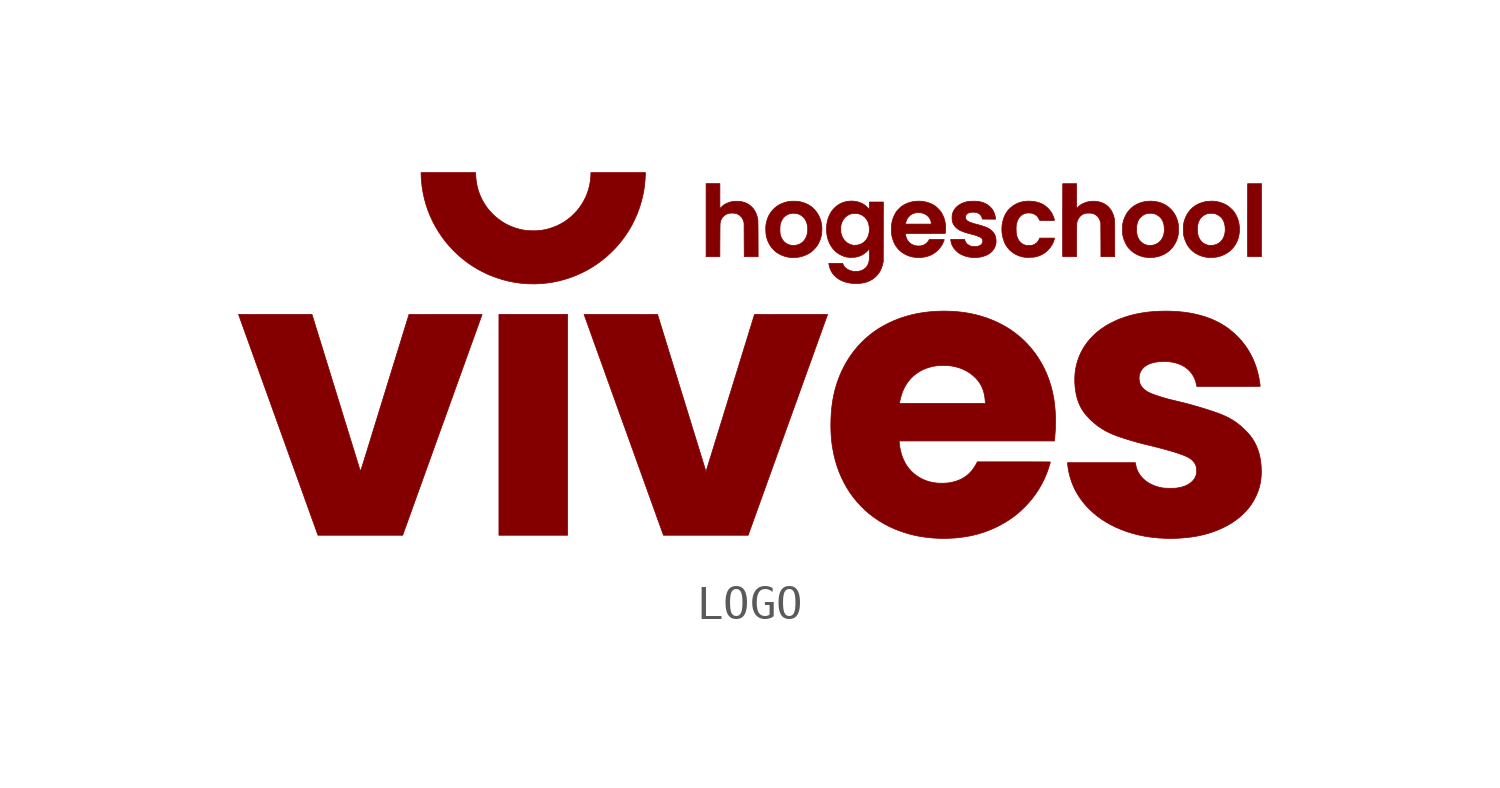
<source format=kicad_sym>
(kicad_symbol_lib
  (version 20210619)
  (generator bitmap2component)
  (symbol "LOGO"
    (pin_names
      (offset 1.016))
    (property "Reference" "#G"
      (at 0 4.728 0)
      (effects (font (size 1.27 1.27)) hide))
    (symbol "LOGO_0_0"
      (polyline (pts (xy 5.738 -5.365) (xy 5.833 -5.363) (xy 5.928 -5.358) (xy 6.019 -5.353) (xy 6.103 -5.345) (xy 6.169 -5.338) (xy 6.353 -5.312) (xy 6.532 -5.276) (xy 6.707 -5.231) (xy 6.878 -5.178) (xy 7.045 -5.115) (xy 7.207 -5.043) (xy 7.366 -4.963) (xy 7.521 -4.873) (xy 7.671 -4.774) (xy 7.681 -4.767) (xy 7.78 -4.693) (xy 7.877 -4.614) (xy 7.974 -4.526) (xy 8.072 -4.43) (xy 8.166 -4.331) (xy 8.275 -4.201) (xy 8.376 -4.067) (xy 8.468 -3.928) (xy 8.552 -3.784) (xy 8.628 -3.634) (xy 8.695 -3.478) (xy 8.706 -3.451) (xy 8.719 -3.415) (xy 8.733 -3.377) (xy 8.746 -3.338) (xy 8.76 -3.299) (xy 8.772 -3.261) (xy 8.783 -3.225) (xy 8.793 -3.193) (xy 8.801 -3.166) (xy 8.806 -3.144) (xy 8.809 -3.129) (xy 8.809 -3.123) (xy 8.803 -3.123) (xy 8.789 -3.123) (xy 8.765 -3.122) (xy 8.732 -3.122) (xy 8.692 -3.122) (xy 8.644 -3.122) (xy 8.588 -3.121) (xy 8.526 -3.121) (xy 8.458 -3.121) (xy 8.383 -3.121) (xy 8.303 -3.121) (xy 8.219 -3.12) (xy 8.13 -3.12) (xy 8.037 -3.12) (xy 7.94 -3.12) (xy 7.84 -3.12) (xy 6.669 -3.12) (xy 6.644 -3.169) (xy 6.623 -3.208) (xy 6.595 -3.254) (xy 6.564 -3.301) (xy 6.533 -3.344) (xy 6.504 -3.382) (xy 6.46 -3.43) (xy 6.391 -3.497) (xy 6.315 -3.556) (xy 6.233 -3.607) (xy 6.145 -3.65) (xy 6.051 -3.685) (xy 5.951 -3.713) (xy 5.844 -3.734) (xy 5.831 -3.736) (xy 5.786 -3.741) (xy 5.734 -3.744) (xy 5.678 -3.747) (xy 5.622 -3.747) (xy 5.567 -3.747) (xy 5.516 -3.745) (xy 5.472 -3.741) (xy 5.387 -3.73) (xy 5.278 -3.707) (xy 5.173 -3.675) (xy 5.074 -3.634) (xy 4.979 -3.585) (xy 4.889 -3.527) (xy 4.804 -3.461) (xy 4.725 -3.386) (xy 4.681 -3.338) (xy 4.618 -3.258) (xy 4.562 -3.171) (xy 4.514 -3.078) (xy 4.472 -2.978) (xy 4.437 -2.871) (xy 4.409 -2.757) (xy 4.408 -2.754) (xy 4.403 -2.727) (xy 4.398 -2.696) (xy 4.392 -2.662) (xy 4.387 -2.627) (xy 4.383 -2.594) (xy 4.379 -2.564) (xy 4.377 -2.54) (xy 4.376 -2.524) (xy 4.376 -2.507) (xy 8.93 -2.507) (xy 8.936 -2.449) (xy 8.941 -2.404) (xy 8.956 -2.198) (xy 8.963 -1.997) (xy 8.962 -1.801) (xy 8.952 -1.611) (xy 8.935 -1.426) (xy 8.909 -1.246) (xy 8.874 -1.072) (xy 8.831 -0.903) (xy 8.78 -0.74) (xy 8.754 -0.665) (xy 8.689 -0.504) (xy 8.616 -0.349) (xy 8.535 -0.2) (xy 8.446 -0.056) (xy 8.35 0.082) (xy 8.246 0.213) (xy 8.135 0.339) (xy 8.017 0.457) (xy 7.891 0.568) (xy 7.76 0.672) (xy 7.621 0.769) (xy 7.618 0.771) (xy 7.518 0.833) (xy 7.411 0.893) (xy 7.299 0.951) (xy 7.184 1.005) (xy 7.07 1.053) (xy 6.958 1.096) (xy 6.933 1.104) (xy 6.766 1.157) (xy 6.597 1.202) (xy 6.425 1.238) (xy 6.249 1.266) (xy 6.069 1.285) (xy 5.883 1.297) (xy 5.693 1.301) (xy 5.673 1.301) (xy 5.475 1.296) (xy 5.282 1.282) (xy 5.094 1.26) (xy 4.912 1.23) (xy 4.733 1.191) (xy 4.56 1.143) (xy 4.391 1.087) (xy 4.226 1.022) (xy 4.065 0.949) (xy 3.908 0.866) (xy 3.782 0.792) (xy 3.643 0.699) (xy 3.511 0.598) (xy 3.384 0.49) (xy 3.264 0.374) (xy 3.151 0.252) (xy 3.045 0.123) (xy 2.946 -0.013) (xy 2.854 -0.154) (xy 2.77 -0.302) (xy 2.693 -0.456) (xy 2.624 -0.615) (xy 2.564 -0.779) (xy 2.541 -0.85) (xy 2.495 -1.007) (xy 2.457 -1.167) (xy 2.426 -1.329) (xy 2.416 -1.405) (xy 4.385 -1.405) (xy 4.388 -1.392) (xy 4.39 -1.382) (xy 4.393 -1.365) (xy 4.396 -1.346) (xy 4.396 -1.344) (xy 4.4 -1.326) (xy 4.405 -1.302) (xy 4.412 -1.274) (xy 4.419 -1.246) (xy 4.442 -1.162) (xy 4.48 -1.054) (xy 4.526 -0.952) (xy 4.579 -0.857) (xy 4.639 -0.769) (xy 4.706 -0.688) (xy 4.781 -0.613) (xy 4.862 -0.546) (xy 4.904 -0.516) (xy 4.987 -0.462) (xy 5.074 -0.417) (xy 5.164 -0.379) (xy 5.26 -0.347) (xy 5.361 -0.322) (xy 5.47 -0.303) (xy 5.494 -0.3) (xy 5.526 -0.299) (xy 5.565 -0.297) (xy 5.608 -0.296) (xy 5.654 -0.296) (xy 5.701 -0.296) (xy 5.748 -0.297) (xy 5.791 -0.299) (xy 5.831 -0.3) (xy 5.864 -0.303) (xy 5.889 -0.306) (xy 5.942 -0.314) (xy 6.055 -0.339) (xy 6.161 -0.371) (xy 6.261 -0.411) (xy 6.355 -0.458) (xy 6.444 -0.513) (xy 6.527 -0.576) (xy 6.606 -0.647) (xy 6.609 -0.649) (xy 6.673 -0.719) (xy 6.729 -0.793) (xy 6.777 -0.872) (xy 6.817 -0.955) (xy 6.849 -1.044) (xy 6.874 -1.139) (xy 6.891 -1.24) (xy 6.901 -1.347) (xy 6.905 -1.405) (xy 4.385 -1.405) (xy 2.416 -1.405) (xy 2.403 -1.496) (xy 2.386 -1.669) (xy 2.376 -1.847) (xy 2.373 -2.031) (xy 2.374 -2.16) (xy 2.379 -2.289) (xy 2.387 -2.413) (xy 2.399 -2.535) (xy 2.415 -2.656) (xy 2.429 -2.74) (xy 2.464 -2.919) (xy 2.507 -3.093) (xy 2.559 -3.263) (xy 2.619 -3.427) (xy 2.687 -3.586) (xy 2.763 -3.739) (xy 2.846 -3.887) (xy 2.937 -4.029) (xy 3.036 -4.165) (xy 3.142 -4.295) (xy 3.255 -4.418) (xy 3.374 -4.535) (xy 3.501 -4.645) (xy 3.635 -4.747) (xy 3.775 -4.843) (xy 3.922 -4.931) (xy 4.075 -5.012) (xy 4.142 -5.044) (xy 4.301 -5.113) (xy 4.464 -5.173) (xy 4.63 -5.225) (xy 4.8 -5.269) (xy 4.975 -5.305) (xy 5.155 -5.332) (xy 5.34 -5.352) (xy 5.53 -5.363) (xy 5.559 -5.364) (xy 5.646 -5.365) (xy 5.738 -5.365)) (stroke (width 0.01)) (fill (type outline)))
      (polyline (pts (xy 12.356 -5.367) (xy 12.383 -5.366) (xy 12.414 -5.366) (xy 12.45 -5.364) (xy 12.492 -5.363) (xy 12.619 -5.357) (xy 12.797 -5.343) (xy 12.968 -5.322) (xy 13.132 -5.294) (xy 13.29 -5.26) (xy 13.441 -5.22) (xy 13.587 -5.172) (xy 13.608 -5.165) (xy 13.754 -5.107) (xy 13.893 -5.044) (xy 14.025 -4.975) (xy 14.149 -4.9) (xy 14.265 -4.82) (xy 14.373 -4.734) (xy 14.473 -4.644) (xy 14.564 -4.548) (xy 14.622 -4.48) (xy 14.694 -4.385) (xy 14.758 -4.285) (xy 14.816 -4.179) (xy 14.849 -4.112) (xy 14.896 -4) (xy 14.934 -3.886) (xy 14.963 -3.77) (xy 14.984 -3.651) (xy 14.996 -3.527) (xy 14.999 -3.399) (xy 14.995 -3.262) (xy 14.983 -3.128) (xy 14.962 -3) (xy 14.934 -2.877) (xy 14.897 -2.76) (xy 14.852 -2.648) (xy 14.799 -2.542) (xy 14.738 -2.442) (xy 14.669 -2.348) (xy 14.658 -2.334) (xy 14.634 -2.308) (xy 14.605 -2.276) (xy 14.573 -2.242) (xy 14.538 -2.206) (xy 14.502 -2.171) (xy 14.466 -2.136) (xy 14.433 -2.104) (xy 14.403 -2.077) (xy 14.378 -2.056) (xy 14.329 -2.017) (xy 14.244 -1.953) (xy 14.157 -1.896) (xy 14.066 -1.843) (xy 13.97 -1.794) (xy 13.867 -1.748) (xy 13.757 -1.704) (xy 13.675 -1.675) (xy 13.573 -1.639) (xy 13.464 -1.603) (xy 13.35 -1.567) (xy 13.231 -1.53) (xy 13.111 -1.495) (xy 12.989 -1.46) (xy 12.868 -1.427) (xy 12.749 -1.395) (xy 12.633 -1.367) (xy 12.523 -1.341) (xy 12.5 -1.335) (xy 12.399 -1.311) (xy 12.299 -1.286) (xy 12.203 -1.26) (xy 12.111 -1.233) (xy 12.023 -1.206) (xy 11.941 -1.179) (xy 11.866 -1.153) (xy 11.797 -1.127) (xy 11.737 -1.102) (xy 11.686 -1.078) (xy 11.656 -1.062) (xy 11.597 -1.023) (xy 11.545 -0.979) (xy 11.501 -0.931) (xy 11.466 -0.878) (xy 11.439 -0.821) (xy 11.422 -0.761) (xy 11.418 -0.731) (xy 11.415 -0.695) (xy 11.414 -0.657) (xy 11.416 -0.621) (xy 11.419 -0.59) (xy 11.427 -0.556) (xy 11.447 -0.495) (xy 11.477 -0.439) (xy 11.514 -0.388) (xy 11.56 -0.342) (xy 11.614 -0.301) (xy 11.675 -0.266) (xy 11.743 -0.236) (xy 11.819 -0.213) (xy 11.902 -0.195) (xy 11.983 -0.184) (xy 12.079 -0.177) (xy 12.176 -0.176) (xy 12.273 -0.182) (xy 12.367 -0.193) (xy 12.456 -0.21) (xy 12.539 -0.234) (xy 12.614 -0.262) (xy 12.697 -0.302) (xy 12.772 -0.349) (xy 12.841 -0.403) (xy 12.903 -0.463) (xy 12.958 -0.53) (xy 13.004 -0.602) (xy 13.043 -0.68) (xy 13.073 -0.763) (xy 13.095 -0.851) (xy 13.106 -0.907) (xy 14.208 -0.907) (xy 14.298 -0.907) (xy 14.384 -0.907) (xy 14.467 -0.907) (xy 14.544 -0.907) (xy 14.617 -0.906) (xy 14.684 -0.906) (xy 14.746 -0.906) (xy 14.8 -0.906) (xy 14.848 -0.906) (xy 14.888 -0.906) (xy 14.92 -0.905) (xy 14.944 -0.905) (xy 14.959 -0.905) (xy 14.964 -0.905) (xy 14.964 -0.903) (xy 14.964 -0.895) (xy 14.962 -0.878) (xy 14.96 -0.857) (xy 14.957 -0.831) (xy 14.956 -0.82) (xy 14.93 -0.66) (xy 14.895 -0.506) (xy 14.852 -0.357) (xy 14.801 -0.213) (xy 14.741 -0.074) (xy 14.673 0.059) (xy 14.597 0.187) (xy 14.512 0.309) (xy 14.42 0.426) (xy 14.319 0.537) (xy 14.21 0.642) (xy 14.093 0.741) (xy 14.065 0.764) (xy 13.945 0.85) (xy 13.819 0.928) (xy 13.686 0.999) (xy 13.547 1.062) (xy 13.401 1.118) (xy 13.248 1.166) (xy 13.089 1.207) (xy 12.924 1.241) (xy 12.752 1.267) (xy 12.573 1.286) (xy 12.388 1.297) (xy 12.197 1.301) (xy 12.009 1.297) (xy 11.825 1.287) (xy 11.646 1.269) (xy 11.474 1.244) (xy 11.307 1.211) (xy 11.146 1.171) (xy 10.99 1.123) (xy 10.838 1.068) (xy 10.836 1.067) (xy 10.803 1.054) (xy 10.763 1.036) (xy 10.719 1.015) (xy 10.672 0.993) (xy 10.625 0.97) (xy 10.58 0.947) (xy 10.538 0.925) (xy 10.501 0.905) (xy 10.471 0.888) (xy 10.417 0.855) (xy 10.298 0.774) (xy 10.187 0.688) (xy 10.084 0.596) (xy 9.99 0.499) (xy 9.904 0.397) (xy 9.826 0.29) (xy 9.757 0.178) (xy 9.696 0.062) (xy 9.645 -0.059) (xy 9.602 -0.184) (xy 9.568 -0.314) (xy 9.567 -0.32) (xy 9.546 -0.432) (xy 9.533 -0.548) (xy 9.527 -0.667) (xy 9.527 -0.787) (xy 9.535 -0.907) (xy 9.549 -1.026) (xy 9.569 -1.141) (xy 9.597 -1.251) (xy 9.63 -1.355) (xy 9.647 -1.399) (xy 9.682 -1.479) (xy 9.722 -1.554) (xy 9.767 -1.627) (xy 9.819 -1.698) (xy 9.878 -1.77) (xy 9.946 -1.843) (xy 9.978 -1.876) (xy 10.083 -1.972) (xy 10.194 -2.061) (xy 10.311 -2.142) (xy 10.434 -2.214) (xy 10.562 -2.279) (xy 10.695 -2.334) (xy 10.771 -2.363) (xy 10.883 -2.402) (xy 11.002 -2.441) (xy 11.128 -2.48) (xy 11.261 -2.519) (xy 11.397 -2.557) (xy 11.538 -2.594) (xy 11.681 -2.629) (xy 11.767 -2.65) (xy 11.908 -2.685) (xy 12.039 -2.719) (xy 12.16 -2.751) (xy 12.273 -2.782) (xy 12.376 -2.812) (xy 12.47 -2.841) (xy 12.556 -2.869) (xy 12.634 -2.896) (xy 12.703 -2.921) (xy 12.764 -2.946) (xy 12.817 -2.971) (xy 12.863 -2.994) (xy 12.901 -3.017) (xy 12.905 -3.02) (xy 12.959 -3.06) (xy 13.004 -3.104) (xy 13.04 -3.152) (xy 13.069 -3.204) (xy 13.09 -3.262) (xy 13.092 -3.269) (xy 13.096 -3.286) (xy 13.098 -3.303) (xy 13.1 -3.323) (xy 13.101 -3.347) (xy 13.101 -3.379) (xy 13.101 -3.389) (xy 13.101 -3.419) (xy 13.1 -3.442) (xy 13.098 -3.461) (xy 13.095 -3.478) (xy 13.09 -3.495) (xy 13.075 -3.541) (xy 13.051 -3.591) (xy 13.021 -3.638) (xy 12.982 -3.683) (xy 12.966 -3.699) (xy 12.912 -3.745) (xy 12.852 -3.784) (xy 12.785 -3.818) (xy 12.71 -3.846) (xy 12.627 -3.869) (xy 12.536 -3.886) (xy 12.53 -3.887) (xy 12.499 -3.89) (xy 12.46 -3.893) (xy 12.416 -3.895) (xy 12.367 -3.896) (xy 12.318 -3.896) (xy 12.268 -3.895) (xy 12.22 -3.894) (xy 12.177 -3.892) (xy 12.139 -3.889) (xy 12.109 -3.886) (xy 12.047 -3.875) (xy 11.952 -3.851) (xy 11.861 -3.82) (xy 11.776 -3.783) (xy 11.696 -3.74) (xy 11.623 -3.691) (xy 11.556 -3.636) (xy 11.496 -3.576) (xy 11.444 -3.512) (xy 11.399 -3.443) (xy 11.363 -3.371) (xy 11.335 -3.294) (xy 11.317 -3.215) (xy 11.315 -3.204) (xy 11.311 -3.183) (xy 11.308 -3.166) (xy 11.306 -3.156) (xy 11.304 -3.145) (xy 9.316 -3.145) (xy 9.316 -3.159) (xy 9.316 -3.17) (xy 9.318 -3.189) (xy 9.32 -3.212) (xy 9.323 -3.237) (xy 9.327 -3.27) (xy 9.351 -3.41) (xy 9.384 -3.548) (xy 9.426 -3.684) (xy 9.478 -3.817) (xy 9.538 -3.946) (xy 9.607 -4.07) (xy 9.61 -4.075) (xy 9.687 -4.193) (xy 9.773 -4.307) (xy 9.867 -4.418) (xy 9.97 -4.523) (xy 10.079 -4.624) (xy 10.195 -4.718) (xy 10.317 -4.807) (xy 10.445 -4.888) (xy 10.568 -4.958) (xy 10.726 -5.037) (xy 10.888 -5.107) (xy 11.056 -5.169) (xy 11.229 -5.222) (xy 11.407 -5.267) (xy 11.59 -5.304) (xy 11.778 -5.332) (xy 11.971 -5.352) (xy 12.169 -5.363) (xy 12.198 -5.364) (xy 12.239 -5.365) (xy 12.273 -5.366) (xy 12.303 -5.367) (xy 12.33 -5.367) (xy 12.356 -5.367)) (stroke (width 0.01)) (fill (type outline)))
      (polyline (pts (xy -10.185 -5.273) (xy -9.022 -2.038) (xy -8.989 -1.949) (xy -8.927 -1.776) (xy -8.866 -1.606) (xy -8.806 -1.438) (xy -8.746 -1.273) (xy -8.688 -1.112) (xy -8.632 -0.954) (xy -8.576 -0.799) (xy -8.522 -0.648) (xy -8.469 -0.502) (xy -8.418 -0.36) (xy -8.368 -0.222) (xy -8.321 -0.089) (xy -8.275 0.038) (xy -8.231 0.161) (xy -8.189 0.278) (xy -8.149 0.389) (xy -8.111 0.494) (xy -8.075 0.593) (xy -8.042 0.685) (xy -8.011 0.77) (xy -7.983 0.849) (xy -7.957 0.92) (xy -7.934 0.984) (xy -7.914 1.04) (xy -7.897 1.088) (xy -7.883 1.128) (xy -7.871 1.16) (xy -7.863 1.183) (xy -7.858 1.197) (xy -7.856 1.202) (xy -7.857 1.202) (xy -7.866 1.202) (xy -7.885 1.203) (xy -7.913 1.203) (xy -7.949 1.204) (xy -7.994 1.204) (xy -8.047 1.204) (xy -8.107 1.204) (xy -8.174 1.205) (xy -8.248 1.205) (xy -8.329 1.205) (xy -8.416 1.205) (xy -8.508 1.205) (xy -8.709 1.205) (xy -8.816 1.205) (xy -8.927 1.205) (xy -10 1.204) (xy -10.525 -0.498) (xy -10.528 -0.509) (xy -10.57 -0.643) (xy -10.611 -0.778) (xy -10.653 -0.913) (xy -10.694 -1.048) (xy -10.736 -1.182) (xy -10.777 -1.315) (xy -10.817 -1.446) (xy -10.857 -1.574) (xy -10.895 -1.7) (xy -10.933 -1.823) (xy -10.97 -1.941) (xy -11.005 -2.056) (xy -11.039 -2.165) (xy -11.071 -2.269) (xy -11.101 -2.367) (xy -11.129 -2.459) (xy -11.155 -2.544) (xy -11.179 -2.621) (xy -11.201 -2.69) (xy -11.219 -2.751) (xy -11.235 -2.803) (xy -11.236 -2.806) (xy -11.266 -2.901) (xy -11.292 -2.987) (xy -11.316 -3.064) (xy -11.337 -3.132) (xy -11.356 -3.192) (xy -11.372 -3.243) (xy -11.386 -3.287) (xy -11.398 -3.323) (xy -11.408 -3.351) (xy -11.415 -3.372) (xy -11.42 -3.387) (xy -11.424 -3.395) (xy -11.425 -3.396) (xy -11.426 -3.395) (xy -11.429 -3.385) (xy -11.435 -3.366) (xy -11.443 -3.338) (xy -11.455 -3.302) (xy -11.468 -3.257) (xy -11.485 -3.205) (xy -11.503 -3.145) (xy -11.524 -3.078) (xy -11.547 -3.003) (xy -11.572 -2.922) (xy -11.599 -2.834) (xy -11.628 -2.74) (xy -11.659 -2.641) (xy -11.691 -2.535) (xy -11.726 -2.425) (xy -11.761 -2.309) (xy -11.798 -2.189) (xy -11.837 -2.064) (xy -11.877 -1.936) (xy -11.918 -1.803) (xy -11.96 -1.667) (xy -12.002 -1.527) (xy -12.046 -1.385) (xy -12.091 -1.24) (xy -12.136 -1.092) (xy -12.159 -1.019) (xy -12.204 -0.873) (xy -12.249 -0.729) (xy -12.292 -0.588) (xy -12.334 -0.45) (xy -12.376 -0.316) (xy -12.416 -0.185) (xy -12.455 -0.059) (xy -12.493 0.063) (xy -12.529 0.181) (xy -12.564 0.294) (xy -12.597 0.402) (xy -12.629 0.504) (xy -12.659 0.6) (xy -12.687 0.691) (xy -12.713 0.775) (xy -12.737 0.852) (xy -12.758 0.923) (xy -12.778 0.986) (xy -12.795 1.042) (xy -12.81 1.09) (xy -12.823 1.131) (xy -12.832 1.162) (xy -12.84 1.185) (xy -12.844 1.199) (xy -12.846 1.204) (xy -12.852 1.204) (xy -12.867 1.204) (xy -12.891 1.205) (xy -12.924 1.205) (xy -12.965 1.205) (xy -13.014 1.205) (xy -13.069 1.205) (xy -13.132 1.205) (xy -13.201 1.205) (xy -13.624 1.205) (xy -13.721 1.205) (xy -13.821 1.205) (xy -13.924 1.205) (xy -15 1.204) (xy -13.835 -2.034) (xy -13.803 -2.125) (xy -13.74 -2.298) (xy -13.679 -2.468) (xy -13.619 -2.636) (xy -13.56 -2.8) (xy -13.502 -2.962) (xy -13.445 -3.12) (xy -13.389 -3.275) (xy -13.335 -3.425) (xy -13.282 -3.571) (xy -13.231 -3.714) (xy -13.181 -3.851) (xy -13.134 -3.984) (xy -13.088 -4.111) (xy -13.044 -4.234) (xy -13.002 -4.35) (xy -12.962 -4.461) (xy -12.924 -4.566) (xy -12.889 -4.665) (xy -12.856 -4.757) (xy -12.825 -4.842) (xy -12.797 -4.921) (xy -12.771 -4.992) (xy -12.748 -5.056) (xy -12.728 -5.112) (xy -12.711 -5.16) (xy -12.697 -5.199) (xy -12.685 -5.231) (xy -12.677 -5.253) (xy -12.672 -5.267) (xy -12.67 -5.272) (xy -12.67 -5.272) (xy -12.662 -5.272) (xy -12.644 -5.272) (xy -12.617 -5.272) (xy -12.582 -5.273) (xy -12.539 -5.273) (xy -12.488 -5.273) (xy -12.429 -5.273) (xy -12.364 -5.273) (xy -12.293 -5.273) (xy -12.215 -5.273) (xy -12.132 -5.273) (xy -12.043 -5.273) (xy -11.95 -5.273) (xy -11.852 -5.273) (xy -11.751 -5.273) (xy -11.428 -5.273) (xy -10.185 -5.273)) (stroke (width 0.01)) (fill (type outline)))
      (polyline (pts (xy -5.348 1.206) (xy -7.362 1.206) (xy -7.362 -5.273) (xy -5.348 -5.273) (xy -5.348 1.206)) (stroke (width 0.01)) (fill (type outline)))
      (polyline (pts (xy 1.111 -2.04) (xy 1.143 -1.952) (xy 1.205 -1.78) (xy 1.266 -1.609) (xy 1.326 -1.442) (xy 1.386 -1.277) (xy 1.444 -1.115) (xy 1.501 -0.957) (xy 1.556 -0.803) (xy 1.61 -0.652) (xy 1.663 -0.505) (xy 1.714 -0.363) (xy 1.764 -0.225) (xy 1.812 -0.093) (xy 1.858 0.035) (xy 1.902 0.158) (xy 1.944 0.275) (xy 1.984 0.386) (xy 2.022 0.491) (xy 2.057 0.59) (xy 2.09 0.682) (xy 2.121 0.768) (xy 2.149 0.846) (xy 2.175 0.918) (xy 2.198 0.982) (xy 2.218 1.038) (xy 2.236 1.086) (xy 2.25 1.126) (xy 2.261 1.158) (xy 2.27 1.181) (xy 2.275 1.195) (xy 2.277 1.2) (xy 2.276 1.2) (xy 2.272 1.201) (xy 2.264 1.202) (xy 2.252 1.202) (xy 2.236 1.203) (xy 2.214 1.203) (xy 2.187 1.204) (xy 2.155 1.204) (xy 2.116 1.204) (xy 2.072 1.205) (xy 2.02 1.205) (xy 1.962 1.205) (xy 1.897 1.205) (xy 1.824 1.205) (xy 1.743 1.205) (xy 1.653 1.205) (xy 1.555 1.205) (xy 1.448 1.205) (xy 1.332 1.205) (xy 1.206 1.205) (xy 0.134 1.204) (xy -0.577 -1.103) (xy -0.604 -1.188) (xy -0.649 -1.334) (xy -0.693 -1.478) (xy -0.737 -1.619) (xy -0.779 -1.756) (xy -0.82 -1.891) (xy -0.861 -2.021) (xy -0.9 -2.148) (xy -0.938 -2.27) (xy -0.974 -2.388) (xy -1.009 -2.5) (xy -1.042 -2.608) (xy -1.073 -2.71) (xy -1.103 -2.806) (xy -1.131 -2.896) (xy -1.157 -2.98) (xy -1.181 -3.057) (xy -1.203 -3.127) (xy -1.222 -3.191) (xy -1.24 -3.246) (xy -1.254 -3.294) (xy -1.267 -3.333) (xy -1.277 -3.365) (xy -1.284 -3.387) (xy -1.288 -3.401) (xy -1.29 -3.406) (xy -1.29 -3.404) (xy -1.293 -3.394) (xy -1.299 -3.375) (xy -1.308 -3.347) (xy -1.319 -3.311) (xy -1.333 -3.266) (xy -1.349 -3.214) (xy -1.367 -3.154) (xy -1.388 -3.086) (xy -1.411 -3.012) (xy -1.436 -2.93) (xy -1.463 -2.843) (xy -1.492 -2.749) (xy -1.523 -2.649) (xy -1.555 -2.544) (xy -1.589 -2.433) (xy -1.625 -2.317) (xy -1.662 -2.197) (xy -1.701 -2.072) (xy -1.74 -1.943) (xy -1.781 -1.81) (xy -1.823 -1.674) (xy -1.866 -1.534) (xy -1.91 -1.392) (xy -1.955 -1.247) (xy -2.001 -1.099) (xy -2.71 1.204) (xy -3.788 1.205) (xy -3.796 1.205) (xy -3.899 1.205) (xy -3.998 1.205) (xy -4.189 1.205) (xy -4.278 1.205) (xy -4.362 1.205) (xy -4.442 1.205) (xy -4.516 1.205) (xy -4.584 1.205) (xy -4.646 1.204) (xy -4.702 1.204) (xy -4.75 1.204) (xy -4.79 1.204) (xy -4.822 1.203) (xy -4.845 1.203) (xy -4.86 1.203) (xy -4.865 1.202) (xy -4.863 1.196) (xy -4.857 1.182) (xy -4.849 1.158) (xy -4.838 1.126) (xy -4.823 1.086) (xy -4.806 1.038) (xy -4.786 0.983) (xy -4.763 0.919) (xy -4.738 0.85) (xy -4.711 0.773) (xy -4.681 0.69) (xy -4.649 0.601) (xy -4.615 0.505) (xy -4.579 0.405) (xy -4.54 0.299) (xy -4.501 0.188) (xy -4.459 0.072) (xy -4.416 -0.048) (xy -4.371 -0.172) (xy -4.325 -0.3) (xy -4.278 -0.431) (xy -4.23 -0.566) (xy -4.181 -0.703) (xy -4.13 -0.843) (xy -4.079 -0.986) (xy -4.027 -1.131) (xy -3.974 -1.277) (xy -3.921 -1.425) (xy -3.868 -1.574) (xy -3.814 -1.724) (xy -3.76 -1.874) (xy -3.705 -2.025) (xy -3.651 -2.175) (xy -3.597 -2.326) (xy -3.543 -2.476) (xy -3.49 -2.625) (xy -3.436 -2.773) (xy -3.384 -2.919) (xy -3.332 -3.064) (xy -3.28 -3.207) (xy -3.23 -3.347) (xy -3.18 -3.485) (xy -3.132 -3.619) (xy -3.085 -3.751) (xy -3.038 -3.879) (xy -2.994 -4.003) (xy -2.951 -4.123) (xy -2.909 -4.239) (xy -2.869 -4.351) (xy -2.831 -4.457) (xy -2.794 -4.558) (xy -2.76 -4.653) (xy -2.728 -4.743) (xy -2.698 -4.826) (xy -2.67 -4.903) (xy -2.645 -4.973) (xy -2.622 -5.037) (xy -2.602 -5.093) (xy -2.584 -5.141) (xy -2.569 -5.182) (xy -2.558 -5.214) (xy -2.549 -5.238) (xy -2.543 -5.253) (xy -2.541 -5.26) (xy -2.536 -5.273) (xy -0.052 -5.273) (xy 1.111 -2.04)) (stroke (width 0.01)) (fill (type outline)))
      (polyline (pts (xy -6.119 2.107) (xy -5.942 2.125) (xy -5.767 2.152) (xy -5.594 2.188) (xy -5.423 2.234) (xy -5.256 2.288) (xy -5.092 2.352) (xy -4.931 2.424) (xy -4.774 2.504) (xy -4.622 2.593) (xy -4.475 2.69) (xy -4.333 2.796) (xy -4.196 2.909) (xy -4.065 3.03) (xy -4.054 3.042) (xy -4.025 3.07) (xy -3.996 3.1) (xy -3.968 3.128) (xy -3.944 3.153) (xy -3.926 3.173) (xy -3.862 3.245) (xy -3.749 3.383) (xy -3.644 3.527) (xy -3.547 3.676) (xy -3.459 3.831) (xy -3.379 3.99) (xy -3.307 4.153) (xy -3.245 4.32) (xy -3.192 4.49) (xy -3.147 4.662) (xy -3.113 4.837) (xy -3.109 4.865) (xy -3.097 4.944) (xy -3.087 5.024) (xy -3.079 5.108) (xy -3.073 5.197) (xy -3.068 5.295) (xy -3.064 5.363) (xy -4.664 5.363) (xy -4.667 5.29) (xy -4.67 5.235) (xy -4.682 5.118) (xy -4.7 5.009) (xy -4.727 4.898) (xy -4.764 4.777) (xy -4.811 4.66) (xy -4.866 4.548) (xy -4.929 4.44) (xy -4.999 4.338) (xy -5.076 4.241) (xy -5.161 4.151) (xy -5.251 4.066) (xy -5.348 3.989) (xy -5.45 3.918) (xy -5.557 3.855) (xy -5.669 3.8) (xy -5.786 3.754) (xy -5.906 3.715) (xy -6.03 3.686) (xy -6.043 3.684) (xy -6.105 3.673) (xy -6.164 3.666) (xy -6.224 3.66) (xy -6.287 3.658) (xy -6.357 3.657) (xy -6.361 3.657) (xy -6.449 3.659) (xy -6.53 3.664) (xy -6.609 3.674) (xy -6.689 3.688) (xy -6.771 3.707) (xy -6.808 3.716) (xy -6.928 3.755) (xy -7.045 3.802) (xy -7.158 3.857) (xy -7.266 3.921) (xy -7.368 3.993) (xy -7.465 4.072) (xy -7.556 4.157) (xy -7.641 4.25) (xy -7.719 4.348) (xy -7.789 4.452) (xy -7.852 4.562) (xy -7.906 4.676) (xy -7.952 4.795) (xy -7.964 4.83) (xy -7.995 4.94) (xy -8.018 5.052) (xy -8.034 5.168) (xy -8.043 5.289) (xy -8.046 5.363) (xy -9.645 5.363) (xy -9.645 5.317) (xy -9.645 5.303) (xy -9.643 5.255) (xy -9.64 5.2) (xy -9.636 5.14) (xy -9.63 5.078) (xy -9.624 5.016) (xy -9.617 4.956) (xy -9.609 4.9) (xy -9.588 4.775) (xy -9.55 4.601) (xy -9.503 4.43) (xy -9.447 4.262) (xy -9.381 4.098) (xy -9.308 3.937) (xy -9.226 3.781) (xy -9.135 3.63) (xy -9.037 3.484) (xy -8.932 3.343) (xy -8.819 3.208) (xy -8.698 3.079) (xy -8.571 2.957) (xy -8.437 2.841) (xy -8.297 2.732) (xy -8.15 2.631) (xy -7.997 2.537) (xy -7.996 2.536) (xy -7.956 2.514) (xy -7.909 2.489) (xy -7.859 2.463) (xy -7.807 2.437) (xy -7.755 2.412) (xy -7.705 2.388) (xy -7.659 2.367) (xy -7.62 2.35) (xy -7.601 2.343) (xy -7.429 2.279) (xy -7.256 2.224) (xy -7.08 2.179) (xy -6.903 2.144) (xy -6.724 2.119) (xy -6.544 2.104) (xy -6.476 2.101) (xy -6.297 2.099) (xy -6.119 2.107)) (stroke (width 0.01)) (fill (type outline)))
      (polyline (pts (xy 3.171 2.11) (xy 3.265 2.119) (xy 3.354 2.135) (xy 3.438 2.159) (xy 3.515 2.192) (xy 3.588 2.232) (xy 3.654 2.281) (xy 3.714 2.337) (xy 3.741 2.367) (xy 3.784 2.423) (xy 3.82 2.483) (xy 3.851 2.55) (xy 3.877 2.623) (xy 3.899 2.705) (xy 3.91 2.754) (xy 3.913 4.501) (xy 3.504 4.501) (xy 3.504 4.282) (xy 3.445 4.341) (xy 3.441 4.346) (xy 3.407 4.377) (xy 3.377 4.403) (xy 3.348 4.424) (xy 3.317 4.443) (xy 3.282 4.461) (xy 3.235 4.481) (xy 3.159 4.506) (xy 3.081 4.522) (xy 3.001 4.529) (xy 2.921 4.527) (xy 2.842 4.516) (xy 2.764 4.498) (xy 2.69 4.47) (xy 2.619 4.435) (xy 2.552 4.391) (xy 2.537 4.379) (xy 2.507 4.352) (xy 2.475 4.321) (xy 2.443 4.287) (xy 2.416 4.255) (xy 2.393 4.225) (xy 2.385 4.213) (xy 2.365 4.178) (xy 2.344 4.138) (xy 2.323 4.094) (xy 2.305 4.051) (xy 2.291 4.012) (xy 2.272 3.945) (xy 2.255 3.855) (xy 2.246 3.762) (xy 2.246 3.724) (xy 2.664 3.724) (xy 2.665 3.754) (xy 2.665 3.777) (xy 2.667 3.796) (xy 2.669 3.812) (xy 2.672 3.827) (xy 2.676 3.843) (xy 2.678 3.85) (xy 2.7 3.913) (xy 2.731 3.971) (xy 2.768 4.023) (xy 2.811 4.068) (xy 2.86 4.106) (xy 2.915 4.135) (xy 2.956 4.151) (xy 3.013 4.163) (xy 3.071 4.167) (xy 3.131 4.165) (xy 3.188 4.154) (xy 3.243 4.137) (xy 3.261 4.128) (xy 3.315 4.097) (xy 3.364 4.059) (xy 3.406 4.013) (xy 3.44 3.962) (xy 3.467 3.906) (xy 3.485 3.846) (xy 3.498 3.78) (xy 3.503 3.714) (xy 3.501 3.647) (xy 3.492 3.583) (xy 3.476 3.521) (xy 3.453 3.464) (xy 3.424 3.412) (xy 3.388 3.366) (xy 3.384 3.363) (xy 3.342 3.323) (xy 3.298 3.291) (xy 3.25 3.266) (xy 3.196 3.247) (xy 3.187 3.245) (xy 3.155 3.238) (xy 3.118 3.234) (xy 3.081 3.232) (xy 3.047 3.232) (xy 3.02 3.235) (xy 2.971 3.246) (xy 2.911 3.269) (xy 2.857 3.3) (xy 2.808 3.34) (xy 2.765 3.386) (xy 2.728 3.44) (xy 2.698 3.501) (xy 2.675 3.568) (xy 2.675 3.571) (xy 2.671 3.586) (xy 2.668 3.601) (xy 2.667 3.619) (xy 2.665 3.64) (xy 2.665 3.668) (xy 2.664 3.703) (xy 2.664 3.724) (xy 2.246 3.724) (xy 2.245 3.668) (xy 2.253 3.574) (xy 2.268 3.482) (xy 2.292 3.395) (xy 2.301 3.371) (xy 2.335 3.288) (xy 2.377 3.212) (xy 2.425 3.143) (xy 2.479 3.081) (xy 2.54 3.026) (xy 2.607 2.979) (xy 2.679 2.94) (xy 2.757 2.909) (xy 2.788 2.899) (xy 2.833 2.888) (xy 2.878 2.881) (xy 2.926 2.877) (xy 2.982 2.876) (xy 2.99 2.876) (xy 3.052 2.878) (xy 3.108 2.885) (xy 3.16 2.897) (xy 3.213 2.914) (xy 3.268 2.938) (xy 3.301 2.955) (xy 3.367 2.997) (xy 3.427 3.046) (xy 3.48 3.102) (xy 3.504 3.131) (xy 3.504 2.982) (xy 3.504 2.977) (xy 3.504 2.922) (xy 3.503 2.876) (xy 3.501 2.837) (xy 3.498 2.804) (xy 3.495 2.775) (xy 3.49 2.75) (xy 3.484 2.726) (xy 3.477 2.703) (xy 3.458 2.657) (xy 3.428 2.608) (xy 3.39 2.566) (xy 3.345 2.53) (xy 3.327 2.519) (xy 3.288 2.498) (xy 3.249 2.483) (xy 3.206 2.473) (xy 3.158 2.467) (xy 3.103 2.466) (xy 3.089 2.466) (xy 3.061 2.466) (xy 3.038 2.468) (xy 3.019 2.47) (xy 3 2.474) (xy 2.978 2.479) (xy 2.967 2.482) (xy 2.91 2.502) (xy 2.859 2.528) (xy 2.815 2.559) (xy 2.777 2.595) (xy 2.748 2.635) (xy 2.728 2.678) (xy 2.719 2.701) (xy 2.313 2.701) (xy 2.316 2.683) (xy 2.317 2.672) (xy 2.334 2.595) (xy 2.359 2.524) (xy 2.392 2.457) (xy 2.433 2.395) (xy 2.482 2.338) (xy 2.538 2.287) (xy 2.602 2.242) (xy 2.671 2.203) (xy 2.748 2.17) (xy 2.83 2.144) (xy 2.917 2.125) (xy 3.01 2.114) (xy 3.071 2.11) (xy 3.171 2.11)) (stroke (width 0.01)) (fill (type outline)))
      (polyline (pts (xy 1.301 2.874) (xy 1.339 2.875) (xy 1.374 2.877) (xy 1.405 2.88) (xy 1.428 2.883) (xy 1.474 2.892) (xy 1.558 2.916) (xy 1.64 2.947) (xy 1.716 2.985) (xy 1.786 3.029) (xy 1.797 3.037) (xy 1.831 3.065) (xy 1.866 3.099) (xy 1.901 3.135) (xy 1.933 3.171) (xy 1.96 3.205) (xy 1.982 3.238) (xy 2.018 3.303) (xy 2.05 3.372) (xy 2.075 3.444) (xy 2.094 3.515) (xy 2.097 3.532) (xy 2.106 3.6) (xy 2.11 3.674) (xy 2.11 3.748) (xy 2.104 3.821) (xy 2.093 3.888) (xy 2.088 3.913) (xy 2.063 3.997) (xy 2.03 4.077) (xy 1.989 4.153) (xy 1.94 4.224) (xy 1.885 4.288) (xy 1.823 4.346) (xy 1.754 4.396) (xy 1.706 4.424) (xy 1.648 4.451) (xy 1.586 4.476) (xy 1.52 4.496) (xy 1.455 4.512) (xy 1.44 4.515) (xy 1.421 4.518) (xy 1.402 4.52) (xy 1.381 4.522) (xy 1.356 4.523) (xy 1.325 4.523) (xy 1.286 4.523) (xy 1.258 4.523) (xy 1.225 4.523) (xy 1.198 4.522) (xy 1.176 4.521) (xy 1.157 4.519) (xy 1.138 4.516) (xy 1.117 4.512) (xy 1.075 4.502) (xy 1.009 4.483) (xy 0.945 4.46) (xy 0.886 4.434) (xy 0.834 4.406) (xy 0.777 4.367) (xy 0.712 4.312) (xy 0.653 4.251) (xy 0.602 4.183) (xy 0.557 4.109) (xy 0.521 4.029) (xy 0.493 3.944) (xy 0.473 3.855) (xy 0.473 3.853) (xy 0.47 3.831) (xy 0.467 3.811) (xy 0.465 3.792) (xy 0.464 3.771) (xy 0.464 3.746) (xy 0.464 3.715) (xy 0.464 3.71) (xy 0.879 3.71) (xy 0.88 3.751) (xy 0.882 3.788) (xy 0.885 3.821) (xy 0.889 3.845) (xy 0.899 3.883) (xy 0.923 3.945) (xy 0.954 4) (xy 0.991 4.048) (xy 1.035 4.089) (xy 1.084 4.122) (xy 1.14 4.148) (xy 1.201 4.165) (xy 1.224 4.168) (xy 1.267 4.171) (xy 1.312 4.17) (xy 1.357 4.165) (xy 1.395 4.157) (xy 1.415 4.151) (xy 1.473 4.126) (xy 1.524 4.093) (xy 1.571 4.052) (xy 1.61 4.005) (xy 1.642 3.95) (xy 1.661 3.906) (xy 1.676 3.852) (xy 1.687 3.793) (xy 1.694 3.733) (xy 1.694 3.673) (xy 1.69 3.616) (xy 1.686 3.595) (xy 1.67 3.526) (xy 1.646 3.464) (xy 1.616 3.408) (xy 1.579 3.359) (xy 1.536 3.317) (xy 1.487 3.283) (xy 1.433 3.256) (xy 1.373 3.238) (xy 1.321 3.23) (xy 1.262 3.228) (xy 1.205 3.232) (xy 1.152 3.245) (xy 1.107 3.263) (xy 1.054 3.292) (xy 1.008 3.33) (xy 0.968 3.375) (xy 0.935 3.427) (xy 0.908 3.486) (xy 0.889 3.551) (xy 0.886 3.564) (xy 0.883 3.594) (xy 0.88 3.629) (xy 0.879 3.669) (xy 0.879 3.71) (xy 0.464 3.71) (xy 0.465 3.676) (xy 0.465 3.671) (xy 0.467 3.624) (xy 0.469 3.584) (xy 0.472 3.549) (xy 0.477 3.517) (xy 0.484 3.486) (xy 0.493 3.452) (xy 0.504 3.415) (xy 0.511 3.394) (xy 0.527 3.353) (xy 0.547 3.309) (xy 0.57 3.266) (xy 0.592 3.226) (xy 0.614 3.193) (xy 0.64 3.159) (xy 0.674 3.121) (xy 0.711 3.084) (xy 0.749 3.05) (xy 0.784 3.022) (xy 0.844 2.984) (xy 0.92 2.946) (xy 1.001 2.914) (xy 1.085 2.891) (xy 1.171 2.876) (xy 1.172 2.876) (xy 1.196 2.874) (xy 1.227 2.873) (xy 1.262 2.873) (xy 1.301 2.874)) (stroke (width 0.01)) (fill (type outline)))
      (polyline (pts (xy 4.991 2.873) (xy 5.074 2.88) (xy 5.153 2.894) (xy 5.169 2.898) (xy 5.228 2.914) (xy 5.283 2.935) (xy 5.338 2.961) (xy 5.406 3.002) (xy 5.473 3.053) (xy 5.533 3.111) (xy 5.587 3.175) (xy 5.633 3.245) (xy 5.637 3.252) (xy 5.647 3.273) (xy 5.659 3.297) (xy 5.67 3.323) (xy 5.681 3.347) (xy 5.689 3.369) (xy 5.695 3.386) (xy 5.697 3.396) (xy 5.697 3.397) (xy 5.695 3.399) (xy 5.692 3.4) (xy 5.685 3.402) (xy 5.675 3.402) (xy 5.659 3.403) (xy 5.638 3.404) (xy 5.611 3.404) (xy 5.576 3.404) (xy 5.533 3.404) (xy 5.264 3.404) (xy 5.242 3.368) (xy 5.23 3.35) (xy 5.193 3.306) (xy 5.15 3.27) (xy 5.102 3.241) (xy 5.047 3.222) (xy 5.029 3.217) (xy 4.997 3.213) (xy 4.961 3.211) (xy 4.924 3.211) (xy 4.89 3.213) (xy 4.861 3.217) (xy 4.859 3.217) (xy 4.8 3.235) (xy 4.746 3.26) (xy 4.698 3.293) (xy 4.656 3.333) (xy 4.621 3.379) (xy 4.593 3.431) (xy 4.574 3.489) (xy 4.562 3.55) (xy 4.559 3.579) (xy 5.186 3.579) (xy 5.26 3.579) (xy 5.33 3.579) (xy 5.397 3.579) (xy 5.46 3.579) (xy 5.518 3.58) (xy 5.57 3.58) (xy 5.616 3.58) (xy 5.654 3.581) (xy 5.686 3.581) (xy 5.709 3.582) (xy 5.724 3.582) (xy 5.729 3.583) (xy 5.729 3.585) (xy 5.731 3.596) (xy 5.733 3.613) (xy 5.735 3.636) (xy 5.737 3.663) (xy 5.739 3.693) (xy 5.738 3.787) (xy 5.729 3.879) (xy 5.711 3.967) (xy 5.684 4.052) (xy 5.648 4.132) (xy 5.604 4.208) (xy 5.599 4.215) (xy 5.58 4.239) (xy 5.556 4.266) (xy 5.529 4.295) (xy 5.5 4.324) (xy 5.471 4.351) (xy 5.445 4.373) (xy 5.423 4.39) (xy 5.399 4.405) (xy 5.326 4.444) (xy 5.246 4.476) (xy 5.16 4.501) (xy 5.069 4.519) (xy 5.031 4.523) (xy 4.979 4.525) (xy 4.923 4.525) (xy 4.867 4.522) (xy 4.814 4.517) (xy 4.767 4.509) (xy 4.766 4.509) (xy 4.695 4.491) (xy 4.626 4.468) (xy 4.561 4.44) (xy 4.502 4.409) (xy 4.451 4.374) (xy 4.43 4.358) (xy 4.399 4.33) (xy 4.367 4.299) (xy 4.337 4.266) (xy 4.31 4.236) (xy 4.29 4.208) (xy 4.275 4.185) (xy 4.233 4.107) (xy 4.198 4.024) (xy 4.172 3.935) (xy 4.156 3.853) (xy 4.56 3.853) (xy 4.564 3.867) (xy 4.569 3.892) (xy 4.582 3.937) (xy 4.596 3.975) (xy 4.613 4.008) (xy 4.632 4.039) (xy 4.669 4.083) (xy 4.714 4.122) (xy 4.763 4.152) (xy 4.818 4.174) (xy 4.877 4.187) (xy 4.941 4.192) (xy 4.967 4.191) (xy 5.028 4.183) (xy 5.085 4.167) (xy 5.138 4.144) (xy 5.186 4.114) (xy 5.228 4.077) (xy 5.263 4.035) (xy 5.29 3.988) (xy 5.3 3.962) (xy 5.309 3.93) (xy 5.316 3.899) (xy 5.318 3.872) (xy 5.318 3.853) (xy 4.56 3.853) (xy 4.156 3.853) (xy 4.154 3.843) (xy 4.151 3.82) (xy 4.149 3.779) (xy 4.147 3.732) (xy 4.147 3.683) (xy 4.149 3.634) (xy 4.152 3.588) (xy 4.156 3.546) (xy 4.162 3.512) (xy 4.167 3.487) (xy 4.184 3.427) (xy 4.204 3.366) (xy 4.228 3.308) (xy 4.254 3.255) (xy 4.282 3.209) (xy 4.327 3.148) (xy 4.385 3.086) (xy 4.45 3.031) (xy 4.52 2.984) (xy 4.596 2.945) (xy 4.676 2.913) (xy 4.761 2.89) (xy 4.85 2.876) (xy 4.909 2.872) (xy 4.991 2.873)) (stroke (width 0.01)) (fill (type outline)))
      (polyline (pts (xy 6.651 2.874) (xy 6.715 2.88) (xy 6.772 2.889) (xy 6.788 2.892) (xy 6.825 2.902) (xy 6.865 2.915) (xy 6.905 2.929) (xy 6.942 2.944) (xy 6.972 2.958) (xy 7.003 2.976) (xy 7.056 3.014) (xy 7.103 3.058) (xy 7.142 3.106) (xy 7.173 3.158) (xy 7.186 3.186) (xy 7.201 3.225) (xy 7.211 3.264) (xy 7.217 3.304) (xy 7.218 3.349) (xy 7.216 3.407) (xy 7.207 3.465) (xy 7.191 3.518) (xy 7.166 3.566) (xy 7.134 3.612) (xy 7.093 3.655) (xy 7.061 3.683) (xy 7.009 3.72) (xy 6.955 3.749) (xy 6.935 3.757) (xy 6.904 3.769) (xy 6.868 3.782) (xy 6.828 3.795) (xy 6.786 3.808) (xy 6.745 3.821) (xy 6.706 3.832) (xy 6.671 3.841) (xy 6.632 3.851) (xy 6.577 3.866) (xy 6.525 3.882) (xy 6.479 3.898) (xy 6.438 3.914) (xy 6.405 3.93) (xy 6.381 3.944) (xy 6.365 3.957) (xy 6.342 3.984) (xy 6.328 4.015) (xy 6.322 4.048) (xy 6.325 4.083) (xy 6.337 4.117) (xy 6.338 4.117) (xy 6.356 4.142) (xy 6.383 4.164) (xy 6.416 4.182) (xy 6.456 4.194) (xy 6.48 4.198) (xy 6.512 4.201) (xy 6.547 4.202) (xy 6.582 4.201) (xy 6.613 4.198) (xy 6.639 4.194) (xy 6.669 4.185) (xy 6.711 4.165) (xy 6.747 4.138) (xy 6.776 4.106) (xy 6.798 4.069) (xy 6.811 4.027) (xy 6.817 4) (xy 7.204 3.997) (xy 7.201 4.032) (xy 7.2 4.036) (xy 7.192 4.086) (xy 7.178 4.138) (xy 7.159 4.19) (xy 7.136 4.239) (xy 7.112 4.28) (xy 7.106 4.289) (xy 7.085 4.314) (xy 7.06 4.341) (xy 7.032 4.368) (xy 7.005 4.392) (xy 6.981 4.41) (xy 6.935 4.439) (xy 6.873 4.47) (xy 6.806 4.494) (xy 6.731 4.512) (xy 6.728 4.513) (xy 6.71 4.516) (xy 6.692 4.519) (xy 6.673 4.521) (xy 6.652 4.522) (xy 6.627 4.523) (xy 6.595 4.523) (xy 6.554 4.523) (xy 6.521 4.523) (xy 6.478 4.522) (xy 6.441 4.52) (xy 6.408 4.517) (xy 6.377 4.512) (xy 6.346 4.505) (xy 6.313 4.495) (xy 6.276 4.483) (xy 6.266 4.48) (xy 6.198 4.452) (xy 6.137 4.417) (xy 6.082 4.375) (xy 6.034 4.329) (xy 5.995 4.277) (xy 5.963 4.22) (xy 5.94 4.159) (xy 5.937 4.149) (xy 5.934 4.133) (xy 5.931 4.116) (xy 5.93 4.097) (xy 5.929 4.072) (xy 5.929 4.04) (xy 5.929 4.013) (xy 5.931 3.973) (xy 5.936 3.939) (xy 5.944 3.908) (xy 5.955 3.877) (xy 5.97 3.846) (xy 5.975 3.837) (xy 5.993 3.811) (xy 6.017 3.782) (xy 6.044 3.753) (xy 6.072 3.727) (xy 6.099 3.705) (xy 6.128 3.687) (xy 6.175 3.662) (xy 6.232 3.637) (xy 6.299 3.613) (xy 6.375 3.589) (xy 6.46 3.566) (xy 6.487 3.56) (xy 6.518 3.551) (xy 6.547 3.544) (xy 6.57 3.538) (xy 6.587 3.533) (xy 6.599 3.529) (xy 6.625 3.52) (xy 6.654 3.51) (xy 6.683 3.499) (xy 6.712 3.487) (xy 6.737 3.477) (xy 6.756 3.468) (xy 6.769 3.461) (xy 6.793 3.443) (xy 6.813 3.418) (xy 6.825 3.388) (xy 6.829 3.353) (xy 6.825 3.321) (xy 6.812 3.288) (xy 6.79 3.26) (xy 6.761 3.235) (xy 6.724 3.216) (xy 6.68 3.202) (xy 6.679 3.202) (xy 6.654 3.198) (xy 6.623 3.195) (xy 6.589 3.194) (xy 6.556 3.194) (xy 6.527 3.196) (xy 6.505 3.2) (xy 6.492 3.203) (xy 6.459 3.215) (xy 6.425 3.232) (xy 6.393 3.251) (xy 6.368 3.27) (xy 6.361 3.277) (xy 6.341 3.302) (xy 6.323 3.33) (xy 6.309 3.359) (xy 6.302 3.385) (xy 6.299 3.404) (xy 5.887 3.404) (xy 5.889 3.391) (xy 5.893 3.362) (xy 5.899 3.333) (xy 5.904 3.309) (xy 5.91 3.288) (xy 5.917 3.268) (xy 5.929 3.237) (xy 5.957 3.183) (xy 5.988 3.135) (xy 6.005 3.115) (xy 6.029 3.091) (xy 6.055 3.065) (xy 6.082 3.04) (xy 6.107 3.018) (xy 6.129 3.002) (xy 6.151 2.987) (xy 6.21 2.956) (xy 6.275 2.928) (xy 6.343 2.905) (xy 6.414 2.888) (xy 6.485 2.877) (xy 6.523 2.873) (xy 6.586 2.872) (xy 6.651 2.874)) (stroke (width 0.01)) (fill (type outline)))
      (polyline (pts (xy 11.857 2.879) (xy 11.949 2.896) (xy 12.039 2.922) (xy 12.125 2.958) (xy 12.149 2.97) (xy 12.225 3.015) (xy 12.294 3.067) (xy 12.356 3.126) (xy 12.411 3.192) (xy 12.459 3.264) (xy 12.499 3.342) (xy 12.532 3.427) (xy 12.556 3.517) (xy 12.559 3.528) (xy 12.562 3.543) (xy 12.564 3.559) (xy 12.565 3.577) (xy 12.566 3.598) (xy 12.567 3.624) (xy 12.568 3.657) (xy 12.568 3.698) (xy 12.568 3.732) (xy 12.567 3.772) (xy 12.566 3.805) (xy 12.564 3.833) (xy 12.561 3.859) (xy 12.557 3.884) (xy 12.55 3.91) (xy 12.543 3.939) (xy 12.532 3.973) (xy 12.516 4.021) (xy 12.483 4.097) (xy 12.443 4.167) (xy 12.396 4.232) (xy 12.339 4.294) (xy 12.293 4.338) (xy 12.238 4.381) (xy 12.181 4.417) (xy 12.119 4.448) (xy 12.05 4.476) (xy 12.038 4.48) (xy 11.951 4.504) (xy 11.862 4.519) (xy 11.772 4.526) (xy 11.682 4.524) (xy 11.593 4.514) (xy 11.506 4.495) (xy 11.422 4.467) (xy 11.342 4.431) (xy 11.267 4.388) (xy 11.244 4.372) (xy 11.205 4.339) (xy 11.165 4.302) (xy 11.126 4.262) (xy 11.092 4.222) (xy 11.064 4.184) (xy 11.038 4.142) (xy 10.997 4.061) (xy 10.964 3.976) (xy 10.939 3.885) (xy 10.937 3.873) (xy 10.934 3.858) (xy 10.932 3.842) (xy 10.93 3.824) (xy 10.929 3.803) (xy 10.929 3.776) (xy 10.928 3.743) (xy 10.928 3.701) (xy 10.928 3.677) (xy 11.337 3.677) (xy 11.338 3.744) (xy 11.345 3.81) (xy 11.358 3.872) (xy 11.376 3.928) (xy 11.389 3.956) (xy 11.408 3.991) (xy 11.433 4.023) (xy 11.464 4.057) (xy 11.492 4.083) (xy 11.539 4.118) (xy 11.589 4.144) (xy 11.642 4.161) (xy 11.7 4.17) (xy 11.763 4.17) (xy 11.797 4.168) (xy 11.845 4.16) (xy 11.889 4.146) (xy 11.932 4.127) (xy 11.945 4.119) (xy 11.996 4.085) (xy 12.039 4.046) (xy 12.075 4.001) (xy 12.104 3.95) (xy 12.127 3.892) (xy 12.143 3.827) (xy 12.152 3.755) (xy 12.153 3.742) (xy 12.155 3.668) (xy 12.148 3.598) (xy 12.133 3.532) (xy 12.112 3.472) (xy 12.083 3.417) (xy 12.048 3.368) (xy 12.006 3.326) (xy 11.959 3.29) (xy 11.905 3.262) (xy 11.847 3.242) (xy 11.784 3.23) (xy 11.734 3.227) (xy 11.673 3.231) (xy 11.615 3.244) (xy 11.561 3.266) (xy 11.511 3.298) (xy 11.463 3.339) (xy 11.448 3.355) (xy 11.416 3.394) (xy 11.391 3.436) (xy 11.37 3.484) (xy 11.369 3.488) (xy 11.352 3.547) (xy 11.342 3.61) (xy 11.337 3.677) (xy 10.928 3.677) (xy 10.928 3.659) (xy 10.928 3.626) (xy 10.929 3.6) (xy 10.93 3.579) (xy 10.931 3.561) (xy 10.934 3.545) (xy 10.936 3.529) (xy 10.94 3.511) (xy 10.946 3.483) (xy 10.963 3.422) (xy 10.984 3.365) (xy 11.01 3.306) (xy 11.018 3.291) (xy 11.039 3.25) (xy 11.061 3.215) (xy 11.085 3.18) (xy 11.114 3.143) (xy 11.133 3.122) (xy 11.189 3.068) (xy 11.252 3.019) (xy 11.321 2.976) (xy 11.395 2.94) (xy 11.473 2.911) (xy 11.553 2.889) (xy 11.636 2.877) (xy 11.666 2.874) (xy 11.762 2.872) (xy 11.857 2.879)) (stroke (width 0.01)) (fill (type outline)))
      (polyline (pts (xy 13.588 2.874) (xy 13.655 2.881) (xy 13.717 2.892) (xy 13.756 2.901) (xy 13.843 2.929) (xy 13.924 2.965) (xy 13.999 3.008) (xy 14.069 3.059) (xy 14.132 3.117) (xy 14.188 3.181) (xy 14.238 3.252) (xy 14.279 3.329) (xy 14.312 3.412) (xy 14.315 3.42) (xy 14.337 3.5) (xy 14.351 3.585) (xy 14.357 3.672) (xy 14.356 3.759) (xy 14.347 3.845) (xy 14.331 3.929) (xy 14.306 4.007) (xy 14.291 4.045) (xy 14.27 4.09) (xy 14.246 4.135) (xy 14.222 4.177) (xy 14.198 4.212) (xy 14.182 4.233) (xy 14.139 4.28) (xy 14.091 4.325) (xy 14.04 4.367) (xy 13.988 4.404) (xy 13.936 4.433) (xy 13.893 4.453) (xy 13.832 4.476) (xy 13.767 4.496) (xy 13.703 4.511) (xy 13.642 4.521) (xy 13.63 4.522) (xy 13.588 4.525) (xy 13.541 4.525) (xy 13.491 4.524) (xy 13.443 4.521) (xy 13.398 4.517) (xy 13.36 4.511) (xy 13.34 4.507) (xy 13.25 4.482) (xy 13.164 4.449) (xy 13.118 4.427) (xy 13.046 4.383) (xy 12.979 4.332) (xy 12.919 4.273) (xy 12.866 4.207) (xy 12.819 4.135) (xy 12.78 4.057) (xy 12.748 3.973) (xy 12.724 3.883) (xy 12.721 3.869) (xy 12.718 3.853) (xy 12.716 3.837) (xy 12.715 3.819) (xy 12.714 3.798) (xy 12.713 3.772) (xy 12.713 3.74) (xy 12.713 3.703) (xy 13.124 3.703) (xy 13.125 3.74) (xy 13.126 3.773) (xy 13.128 3.799) (xy 13.138 3.852) (xy 13.157 3.916) (xy 13.182 3.972) (xy 13.215 4.022) (xy 13.255 4.066) (xy 13.264 4.074) (xy 13.313 4.111) (xy 13.366 4.14) (xy 13.422 4.159) (xy 13.482 4.169) (xy 13.547 4.17) (xy 13.576 4.169) (xy 13.611 4.164) (xy 13.643 4.157) (xy 13.675 4.146) (xy 13.709 4.13) (xy 13.759 4.101) (xy 13.806 4.064) (xy 13.846 4.02) (xy 13.879 3.969) (xy 13.905 3.912) (xy 13.924 3.847) (xy 13.936 3.776) (xy 13.94 3.71) (xy 13.938 3.639) (xy 13.928 3.571) (xy 13.91 3.508) (xy 13.886 3.449) (xy 13.855 3.396) (xy 13.817 3.35) (xy 13.773 3.31) (xy 13.734 3.284) (xy 13.681 3.258) (xy 13.626 3.24) (xy 13.62 3.239) (xy 13.58 3.232) (xy 13.538 3.228) (xy 13.498 3.228) (xy 13.463 3.23) (xy 13.404 3.243) (xy 13.349 3.265) (xy 13.298 3.295) (xy 13.253 3.332) (xy 13.214 3.377) (xy 13.181 3.429) (xy 13.155 3.486) (xy 13.136 3.549) (xy 13.134 3.562) (xy 13.13 3.591) (xy 13.127 3.626) (xy 13.125 3.664) (xy 13.124 3.703) (xy 12.713 3.703) (xy 12.713 3.698) (xy 12.713 3.667) (xy 12.713 3.632) (xy 12.714 3.604) (xy 12.714 3.582) (xy 12.716 3.563) (xy 12.718 3.547) (xy 12.721 3.531) (xy 12.724 3.514) (xy 12.73 3.488) (xy 12.75 3.421) (xy 12.774 3.354) (xy 12.803 3.291) (xy 12.834 3.233) (xy 12.868 3.183) (xy 12.873 3.176) (xy 12.909 3.133) (xy 12.95 3.091) (xy 12.992 3.053) (xy 13.033 3.021) (xy 13.083 2.989) (xy 13.149 2.954) (xy 13.219 2.925) (xy 13.293 2.901) (xy 13.367 2.884) (xy 13.44 2.874) (xy 13.454 2.873) (xy 13.519 2.872) (xy 13.588 2.874)) (stroke (width 0.01)) (fill (type outline)))
      (polyline (pts (xy 8.165 2.878) (xy 8.199 2.878) (xy 8.217 2.879) (xy 8.254 2.88) (xy 8.284 2.881) (xy 8.308 2.882) (xy 8.329 2.884) (xy 8.347 2.887) (xy 8.366 2.891) (xy 8.42 2.904) (xy 8.496 2.929) (xy 8.565 2.96) (xy 8.629 2.998) (xy 8.689 3.043) (xy 8.747 3.098) (xy 8.761 3.112) (xy 8.806 3.166) (xy 8.844 3.22) (xy 8.877 3.279) (xy 8.878 3.281) (xy 8.888 3.302) (xy 8.898 3.327) (xy 8.908 3.352) (xy 8.917 3.378) (xy 8.924 3.401) (xy 8.93 3.42) (xy 8.933 3.434) (xy 8.933 3.44) (xy 8.93 3.441) (xy 8.919 3.442) (xy 8.899 3.442) (xy 8.872 3.443) (xy 8.839 3.443) (xy 8.801 3.443) (xy 8.758 3.443) (xy 8.713 3.443) (xy 8.497 3.442) (xy 8.486 3.414) (xy 8.475 3.389) (xy 8.446 3.344) (xy 8.411 3.304) (xy 8.369 3.272) (xy 8.322 3.248) (xy 8.271 3.232) (xy 8.269 3.232) (xy 8.242 3.228) (xy 8.21 3.226) (xy 8.175 3.225) (xy 8.141 3.226) (xy 8.111 3.228) (xy 8.087 3.232) (xy 8.078 3.234) (xy 8.025 3.253) (xy 7.977 3.281) (xy 7.934 3.317) (xy 7.896 3.36) (xy 7.864 3.411) (xy 7.839 3.469) (xy 7.82 3.533) (xy 7.816 3.554) (xy 7.812 3.589) (xy 7.809 3.628) (xy 7.807 3.671) (xy 7.806 3.715) (xy 7.807 3.756) (xy 7.809 3.794) (xy 7.812 3.825) (xy 7.823 3.879) (xy 7.842 3.942) (xy 7.868 3.999) (xy 7.9 4.049) (xy 7.938 4.091) (xy 7.981 4.126) (xy 8.03 4.152) (xy 8.083 4.17) (xy 8.111 4.175) (xy 8.144 4.178) (xy 8.18 4.179) (xy 8.216 4.178) (xy 8.248 4.175) (xy 8.273 4.17) (xy 8.307 4.16) (xy 8.357 4.136) (xy 8.402 4.104) (xy 8.44 4.065) (xy 8.447 4.056) (xy 8.466 4.027) (xy 8.482 3.995) (xy 8.495 3.966) (xy 8.495 3.965) (xy 8.498 3.963) (xy 8.502 3.962) (xy 8.509 3.96) (xy 8.52 3.959) (xy 8.536 3.959) (xy 8.557 3.958) (xy 8.584 3.958) (xy 8.619 3.958) (xy 8.663 3.958) (xy 8.715 3.958) (xy 8.763 3.958) (xy 8.808 3.957) (xy 8.845 3.957) (xy 8.874 3.958) (xy 8.896 3.959) (xy 8.912 3.961) (xy 8.923 3.964) (xy 8.929 3.968) (xy 8.932 3.974) (xy 8.931 3.982) (xy 8.928 3.992) (xy 8.924 4.004) (xy 8.919 4.018) (xy 8.907 4.052) (xy 8.875 4.129) (xy 8.835 4.2) (xy 8.789 4.265) (xy 8.734 4.325) (xy 8.724 4.334) (xy 8.663 4.385) (xy 8.596 4.429) (xy 8.524 4.464) (xy 8.446 4.491) (xy 8.363 4.51) (xy 8.273 4.522) (xy 8.178 4.526) (xy 8.131 4.525) (xy 8.058 4.519) (xy 7.99 4.508) (xy 7.923 4.49) (xy 7.857 4.466) (xy 7.787 4.433) (xy 7.716 4.389) (xy 7.651 4.338) (xy 7.592 4.281) (xy 7.54 4.217) (xy 7.497 4.148) (xy 7.461 4.075) (xy 7.436 4.006) (xy 7.41 3.912) (xy 7.394 3.815) (xy 7.388 3.718) (xy 7.391 3.621) (xy 7.404 3.524) (xy 7.427 3.428) (xy 7.459 3.333) (xy 7.476 3.294) (xy 7.516 3.221) (xy 7.563 3.155) (xy 7.617 3.094) (xy 7.678 3.04) (xy 7.745 2.992) (xy 7.818 2.952) (xy 7.896 2.92) (xy 7.978 2.895) (xy 8.065 2.879) (xy 8.069 2.879) (xy 8.083 2.878) (xy 8.105 2.878) (xy 8.133 2.878) (xy 8.165 2.878)) (stroke (width 0.01)) (fill (type outline)))
      (polyline (pts (xy 0.238 3.428) (xy 0.238 3.493) (xy 0.237 3.571) (xy 0.237 3.64) (xy 0.237 3.702) (xy 0.236 3.755) (xy 0.236 3.801) (xy 0.235 3.841) (xy 0.235 3.875) (xy 0.234 3.903) (xy 0.234 3.927) (xy 0.233 3.947) (xy 0.232 3.962) (xy 0.231 3.975) (xy 0.23 3.986) (xy 0.229 3.995) (xy 0.228 4.002) (xy 0.217 4.05) (xy 0.196 4.122) (xy 0.171 4.186) (xy 0.141 4.244) (xy 0.105 4.297) (xy 0.062 4.346) (xy 0.034 4.373) (xy -0.023 4.419) (xy -0.085 4.457) (xy -0.152 4.486) (xy -0.224 4.506) (xy -0.301 4.519) (xy -0.384 4.523) (xy -0.434 4.522) (xy -0.481 4.518) (xy -0.524 4.512) (xy -0.567 4.502) (xy -0.611 4.489) (xy -0.648 4.475) (xy -0.702 4.451) (xy -0.751 4.424) (xy -0.795 4.391) (xy -0.839 4.351) (xy -0.882 4.307) (xy -0.882 5.039) (xy -1.286 5.039) (xy -1.286 2.896) (xy -0.883 2.896) (xy -0.881 3.383) (xy -0.881 3.406) (xy -0.88 3.486) (xy -0.88 3.556) (xy -0.88 3.619) (xy -0.879 3.673) (xy -0.879 3.72) (xy -0.878 3.76) (xy -0.878 3.795) (xy -0.877 3.824) (xy -0.876 3.849) (xy -0.874 3.869) (xy -0.873 3.887) (xy -0.871 3.901) (xy -0.868 3.914) (xy -0.866 3.925) (xy -0.863 3.936) (xy -0.859 3.946) (xy -0.855 3.958) (xy -0.85 3.97) (xy -0.828 4.017) (xy -0.797 4.061) (xy -0.758 4.099) (xy -0.714 4.13) (xy -0.663 4.154) (xy -0.609 4.17) (xy -0.585 4.173) (xy -0.55 4.176) (xy -0.512 4.176) (xy -0.474 4.174) (xy -0.44 4.17) (xy -0.412 4.165) (xy -0.405 4.163) (xy -0.352 4.142) (xy -0.306 4.114) (xy -0.266 4.078) (xy -0.232 4.035) (xy -0.204 3.983) (xy -0.183 3.925) (xy -0.172 3.885) (xy -0.17 3.392) (xy -0.167 2.898) (xy 0.036 2.897) (xy 0.24 2.896) (xy 0.238 3.428)) (stroke (width 0.01)) (fill (type outline)))
      (polyline (pts (xy 9.377 2.897) (xy 9.577 2.898) (xy 9.58 3.387) (xy 9.58 3.461) (xy 9.581 3.533) (xy 9.581 3.597) (xy 9.582 3.652) (xy 9.582 3.699) (xy 9.582 3.74) (xy 9.583 3.775) (xy 9.584 3.804) (xy 9.584 3.828) (xy 9.585 3.847) (xy 9.586 3.863) (xy 9.586 3.876) (xy 9.588 3.887) (xy 9.589 3.895) (xy 9.59 3.903) (xy 9.592 3.909) (xy 9.594 3.916) (xy 9.598 3.932) (xy 9.62 3.989) (xy 9.649 4.039) (xy 9.684 4.082) (xy 9.725 4.117) (xy 9.773 4.145) (xy 9.826 4.164) (xy 9.847 4.169) (xy 9.88 4.173) (xy 9.918 4.176) (xy 9.957 4.176) (xy 9.993 4.174) (xy 10.024 4.17) (xy 10.056 4.162) (xy 10.109 4.142) (xy 10.155 4.114) (xy 10.196 4.078) (xy 10.23 4.034) (xy 10.257 3.983) (xy 10.278 3.925) (xy 10.29 3.885) (xy 10.293 3.392) (xy 10.295 2.898) (xy 10.699 2.898) (xy 10.699 3.599) (xy 10.699 3.665) (xy 10.698 3.723) (xy 10.698 3.773) (xy 10.698 3.817) (xy 10.697 3.855) (xy 10.697 3.888) (xy 10.695 3.916) (xy 10.694 3.94) (xy 10.693 3.961) (xy 10.691 3.979) (xy 10.689 3.995) (xy 10.687 4.01) (xy 10.684 4.024) (xy 10.681 4.037) (xy 10.678 4.052) (xy 10.674 4.067) (xy 10.662 4.107) (xy 10.635 4.178) (xy 10.601 4.245) (xy 10.56 4.305) (xy 10.513 4.359) (xy 10.46 4.404) (xy 10.412 4.436) (xy 10.347 4.47) (xy 10.278 4.495) (xy 10.205 4.513) (xy 10.13 4.522) (xy 10.054 4.524) (xy 9.977 4.518) (xy 9.902 4.504) (xy 9.829 4.481) (xy 9.758 4.45) (xy 9.746 4.444) (xy 9.697 4.415) (xy 9.654 4.381) (xy 9.614 4.342) (xy 9.58 4.306) (xy 9.58 5.039) (xy 9.174 5.037) (xy 9.172 3.973) (xy 9.172 3.874) (xy 9.172 3.774) (xy 9.172 3.677) (xy 9.172 3.584) (xy 9.172 3.33) (xy 9.172 3.255) (xy 9.172 3.187) (xy 9.172 3.124) (xy 9.172 3.069) (xy 9.172 3.02) (xy 9.173 2.979) (xy 9.173 2.947) (xy 9.173 2.923) (xy 9.173 2.908) (xy 9.173 2.902) (xy 9.174 2.902) (xy 9.178 2.9) (xy 9.186 2.899) (xy 9.2 2.898) (xy 9.22 2.897) (xy 9.247 2.897) (xy 9.281 2.897) (xy 9.324 2.897) (xy 9.377 2.897)) (stroke (width 0.01)) (fill (type outline)))
      (polyline (pts (xy 14.8 2.897) (xy 15 2.898) (xy 15.002 3.969) (xy 15.003 5.039) (xy 14.8 5.038) (xy 14.597 5.037) (xy 14.595 3.973) (xy 14.595 3.874) (xy 14.595 3.774) (xy 14.595 3.677) (xy 14.595 3.584) (xy 14.595 3.41) (xy 14.595 3.33) (xy 14.595 3.255) (xy 14.595 3.187) (xy 14.595 3.124) (xy 14.595 3.069) (xy 14.595 3.02) (xy 14.596 2.979) (xy 14.596 2.947) (xy 14.596 2.923) (xy 14.596 2.908) (xy 14.596 2.902) (xy 14.597 2.902) (xy 14.601 2.9) (xy 14.609 2.899) (xy 14.623 2.898) (xy 14.643 2.897) (xy 14.67 2.897) (xy 14.704 2.897) (xy 14.747 2.897) (xy 14.8 2.897)) (stroke (width 0.01)) (fill (type outline))))))
</source>
